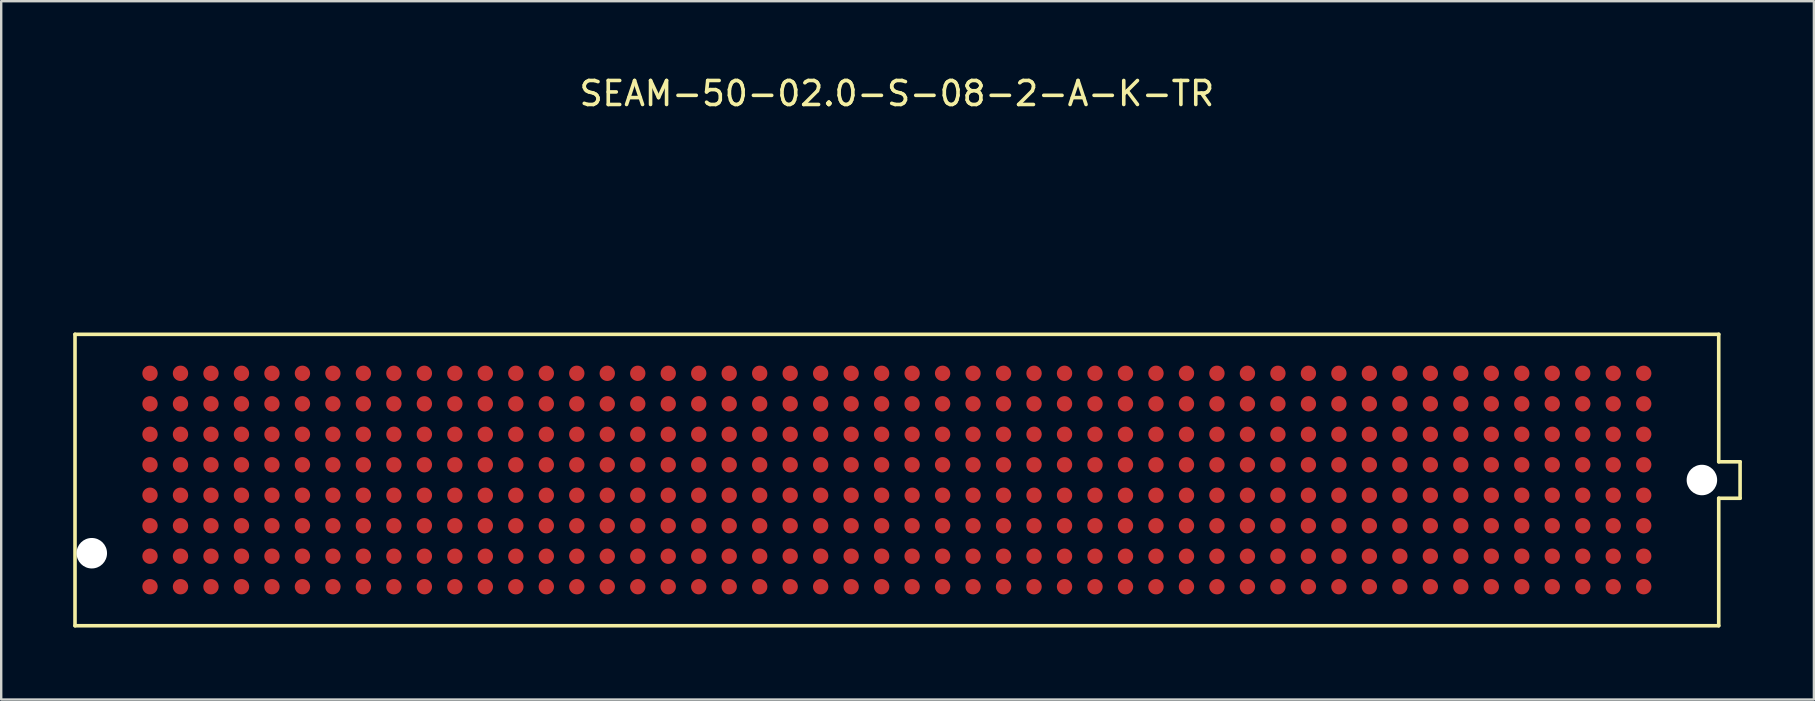
<source format=kicad_pcb>
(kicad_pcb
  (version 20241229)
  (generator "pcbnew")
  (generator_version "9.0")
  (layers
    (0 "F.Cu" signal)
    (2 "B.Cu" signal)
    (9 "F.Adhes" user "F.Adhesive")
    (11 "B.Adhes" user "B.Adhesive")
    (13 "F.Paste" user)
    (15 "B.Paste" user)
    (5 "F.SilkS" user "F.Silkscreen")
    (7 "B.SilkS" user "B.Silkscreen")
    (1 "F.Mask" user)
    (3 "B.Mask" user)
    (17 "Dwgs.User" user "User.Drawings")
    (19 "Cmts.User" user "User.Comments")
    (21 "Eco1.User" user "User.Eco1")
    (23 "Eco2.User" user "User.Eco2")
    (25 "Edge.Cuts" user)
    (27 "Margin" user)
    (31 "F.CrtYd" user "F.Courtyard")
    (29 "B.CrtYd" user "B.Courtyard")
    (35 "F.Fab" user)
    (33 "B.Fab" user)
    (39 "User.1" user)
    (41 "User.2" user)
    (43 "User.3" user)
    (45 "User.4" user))
  (footprint "SEAM-50-02.0-S-08-2-A-K-TR"
    (layer "F.Cu")
    (at 34.315 16.948)
    (property "Reference" "SEAM-50-02.0-S-08-2-A-K-TR" (at 0 -16.1 0) (layer "F.SilkS") (effects (font (size 1 1) (thickness 0.15))))
    (attr through_hole)
    (fp_line (start -34.24 -6.07) (end -34.24 6.07) (stroke (width 0.15) (type solid)) (layer "F.SilkS"))
    (fp_line (start -34.24 6.07) (end 34.24 6.07) (stroke (width 0.15) (type solid)) (layer "F.SilkS"))
    (fp_line (start 34.24 -6.07) (end -34.24 -6.07) (stroke (width 0.15) (type solid)) (layer "F.SilkS"))
    (fp_line (start 34.24 -0.76) (end 34.24 -6.07) (stroke (width 0.15) (type solid)) (layer "F.SilkS"))
    (fp_line (start 34.24 0.76) (end 35.13 0.76) (stroke (width 0.15) (type solid)) (layer "F.SilkS"))
    (fp_line (start 34.24 6.07) (end 34.24 0.76) (stroke (width 0.15) (type solid)) (layer "F.SilkS"))
    (fp_line (start 35.13 -0.76) (end 34.24 -0.76) (stroke (width 0.15) (type solid)) (layer "F.SilkS"))
    (fp_line (start 35.13 0.76) (end 35.13 -0.76) (stroke (width 0.15) (type solid)) (layer "F.SilkS"))
    (pad "" np_thru_hole circle (at -33.541 3.05) (size 1.27 1.27) (drill 1.27) (layers "*.Cu" "*.Mask"))
    (pad "" np_thru_hole circle (at 33.539 0) (size 1.27 1.27) (drill 1.27) (layers "*.Cu" "*.Mask"))
    (pad "A1" smd circle (at 31.115 -4.445) (size 0.64 0.64) (layers "F.Cu" "F.Mask" "F.Paste"))
    (pad "A2" smd circle (at 29.845 -4.445) (size 0.64 0.64) (layers "F.Cu" "F.Mask" "F.Paste"))
    (pad "A3" smd circle (at 28.575 -4.445) (size 0.64 0.64) (layers "F.Cu" "F.Mask" "F.Paste"))
    (pad "A4" smd circle (at 27.305 -4.445) (size 0.64 0.64) (layers "F.Cu" "F.Mask" "F.Paste"))
    (pad "A5" smd circle (at 26.035 -4.445) (size 0.64 0.64) (layers "F.Cu" "F.Mask" "F.Paste"))
    (pad "A6" smd circle (at 24.765 -4.445) (size 0.64 0.64) (layers "F.Cu" "F.Mask" "F.Paste"))
    (pad "A7" smd circle (at 23.495 -4.445) (size 0.64 0.64) (layers "F.Cu" "F.Mask" "F.Paste"))
    (pad "A8" smd circle (at 22.225 -4.445) (size 0.64 0.64) (layers "F.Cu" "F.Mask" "F.Paste"))
    (pad "A9" smd circle (at 20.955 -4.445) (size 0.64 0.64) (layers "F.Cu" "F.Mask" "F.Paste"))
    (pad "A10" smd circle (at 19.685 -4.445) (size 0.64 0.64) (layers "F.Cu" "F.Mask" "F.Paste"))
    (pad "A11" smd circle (at 18.415 -4.445) (size 0.64 0.64) (layers "F.Cu" "F.Mask" "F.Paste"))
    (pad "A12" smd circle (at 17.145 -4.445) (size 0.64 0.64) (layers "F.Cu" "F.Mask" "F.Paste"))
    (pad "A13" smd circle (at 15.875 -4.445) (size 0.64 0.64) (layers "F.Cu" "F.Mask" "F.Paste"))
    (pad "A14" smd circle (at 14.605 -4.445) (size 0.64 0.64) (layers "F.Cu" "F.Mask" "F.Paste"))
    (pad "A15" smd circle (at 13.335 -4.445) (size 0.64 0.64) (layers "F.Cu" "F.Mask" "F.Paste"))
    (pad "A16" smd circle (at 12.065 -4.445) (size 0.64 0.64) (layers "F.Cu" "F.Mask" "F.Paste"))
    (pad "A17" smd circle (at 10.795 -4.445) (size 0.64 0.64) (layers "F.Cu" "F.Mask" "F.Paste"))
    (pad "A18" smd circle (at 9.525 -4.445) (size 0.64 0.64) (layers "F.Cu" "F.Mask" "F.Paste"))
    (pad "A19" smd circle (at 8.255 -4.445) (size 0.64 0.64) (layers "F.Cu" "F.Mask" "F.Paste"))
    (pad "A20" smd circle (at 6.985 -4.445) (size 0.64 0.64) (layers "F.Cu" "F.Mask" "F.Paste"))
    (pad "A21" smd circle (at 5.715 -4.445) (size 0.64 0.64) (layers "F.Cu" "F.Mask" "F.Paste"))
    (pad "A22" smd circle (at 4.445 -4.445) (size 0.64 0.64) (layers "F.Cu" "F.Mask" "F.Paste"))
    (pad "A23" smd circle (at 3.175 -4.445) (size 0.64 0.64) (layers "F.Cu" "F.Mask" "F.Paste"))
    (pad "A24" smd circle (at 1.905 -4.445) (size 0.64 0.64) (layers "F.Cu" "F.Mask" "F.Paste"))
    (pad "A25" smd circle (at 0.635 -4.445) (size 0.64 0.64) (layers "F.Cu" "F.Mask" "F.Paste"))
    (pad "A26" smd circle (at -0.635 -4.445) (size 0.64 0.64) (layers "F.Cu" "F.Mask" "F.Paste"))
    (pad "A27" smd circle (at -1.905 -4.445) (size 0.64 0.64) (layers "F.Cu" "F.Mask" "F.Paste"))
    (pad "A28" smd circle (at -3.175 -4.445) (size 0.64 0.64) (layers "F.Cu" "F.Mask" "F.Paste"))
    (pad "A29" smd circle (at -4.445 -4.445) (size 0.64 0.64) (layers "F.Cu" "F.Mask" "F.Paste"))
    (pad "A30" smd circle (at -5.715 -4.445) (size 0.64 0.64) (layers "F.Cu" "F.Mask" "F.Paste"))
    (pad "A31" smd circle (at -6.985 -4.445) (size 0.64 0.64) (layers "F.Cu" "F.Mask" "F.Paste"))
    (pad "A32" smd circle (at -8.255 -4.445) (size 0.64 0.64) (layers "F.Cu" "F.Mask" "F.Paste"))
    (pad "A33" smd circle (at -9.525 -4.445) (size 0.64 0.64) (layers "F.Cu" "F.Mask" "F.Paste"))
    (pad "A34" smd circle (at -10.795 -4.445) (size 0.64 0.64) (layers "F.Cu" "F.Mask" "F.Paste"))
    (pad "A35" smd circle (at -12.065 -4.445) (size 0.64 0.64) (layers "F.Cu" "F.Mask" "F.Paste"))
    (pad "A36" smd circle (at -13.335 -4.445) (size 0.64 0.64) (layers "F.Cu" "F.Mask" "F.Paste"))
    (pad "A37" smd circle (at -14.605 -4.445) (size 0.64 0.64) (layers "F.Cu" "F.Mask" "F.Paste"))
    (pad "A38" smd circle (at -15.875 -4.445) (size 0.64 0.64) (layers "F.Cu" "F.Mask" "F.Paste"))
    (pad "A39" smd circle (at -17.145 -4.445) (size 0.64 0.64) (layers "F.Cu" "F.Mask" "F.Paste"))
    (pad "A40" smd circle (at -18.415 -4.445) (size 0.64 0.64) (layers "F.Cu" "F.Mask" "F.Paste"))
    (pad "A41" smd circle (at -19.685 -4.445) (size 0.64 0.64) (layers "F.Cu" "F.Mask" "F.Paste"))
    (pad "A42" smd circle (at -20.955 -4.445) (size 0.64 0.64) (layers "F.Cu" "F.Mask" "F.Paste"))
    (pad "A43" smd circle (at -22.225 -4.445) (size 0.64 0.64) (layers "F.Cu" "F.Mask" "F.Paste"))
    (pad "A44" smd circle (at -23.495 -4.445) (size 0.64 0.64) (layers "F.Cu" "F.Mask" "F.Paste"))
    (pad "A45" smd circle (at -24.765 -4.445) (size 0.64 0.64) (layers "F.Cu" "F.Mask" "F.Paste"))
    (pad "A46" smd circle (at -26.035 -4.445) (size 0.64 0.64) (layers "F.Cu" "F.Mask" "F.Paste"))
    (pad "A47" smd circle (at -27.305 -4.445) (size 0.64 0.64) (layers "F.Cu" "F.Mask" "F.Paste"))
    (pad "A48" smd circle (at -28.575 -4.445) (size 0.64 0.64) (layers "F.Cu" "F.Mask" "F.Paste"))
    (pad "A49" smd circle (at -29.845 -4.445) (size 0.64 0.64) (layers "F.Cu" "F.Mask" "F.Paste"))
    (pad "A50" smd circle (at -31.115 -4.445) (size 0.64 0.64) (layers "F.Cu" "F.Mask" "F.Paste"))
    (pad "B1" smd circle (at 31.115 -3.175) (size 0.64 0.64) (layers "F.Cu" "F.Mask" "F.Paste"))
    (pad "B2" smd circle (at 29.845 -3.175) (size 0.64 0.64) (layers "F.Cu" "F.Mask" "F.Paste"))
    (pad "B3" smd circle (at 28.575 -3.175) (size 0.64 0.64) (layers "F.Cu" "F.Mask" "F.Paste"))
    (pad "B4" smd circle (at 27.305 -3.175) (size 0.64 0.64) (layers "F.Cu" "F.Mask" "F.Paste"))
    (pad "B5" smd circle (at 26.035 -3.175) (size 0.64 0.64) (layers "F.Cu" "F.Mask" "F.Paste"))
    (pad "B6" smd circle (at 24.765 -3.175) (size 0.64 0.64) (layers "F.Cu" "F.Mask" "F.Paste"))
    (pad "B7" smd circle (at 23.495 -3.175) (size 0.64 0.64) (layers "F.Cu" "F.Mask" "F.Paste"))
    (pad "B8" smd circle (at 22.225 -3.175) (size 0.64 0.64) (layers "F.Cu" "F.Mask" "F.Paste"))
    (pad "B9" smd circle (at 20.955 -3.175) (size 0.64 0.64) (layers "F.Cu" "F.Mask" "F.Paste"))
    (pad "B10" smd circle (at 19.685 -3.175) (size 0.64 0.64) (layers "F.Cu" "F.Mask" "F.Paste"))
    (pad "B11" smd circle (at 18.415 -3.175) (size 0.64 0.64) (layers "F.Cu" "F.Mask" "F.Paste"))
    (pad "B12" smd circle (at 17.145 -3.175) (size 0.64 0.64) (layers "F.Cu" "F.Mask" "F.Paste"))
    (pad "B13" smd circle (at 15.875 -3.175) (size 0.64 0.64) (layers "F.Cu" "F.Mask" "F.Paste"))
    (pad "B14" smd circle (at 14.605 -3.175) (size 0.64 0.64) (layers "F.Cu" "F.Mask" "F.Paste"))
    (pad "B15" smd circle (at 13.335 -3.175) (size 0.64 0.64) (layers "F.Cu" "F.Mask" "F.Paste"))
    (pad "B16" smd circle (at 12.065 -3.175) (size 0.64 0.64) (layers "F.Cu" "F.Mask" "F.Paste"))
    (pad "B17" smd circle (at 10.795 -3.175) (size 0.64 0.64) (layers "F.Cu" "F.Mask" "F.Paste"))
    (pad "B18" smd circle (at 9.525 -3.175) (size 0.64 0.64) (layers "F.Cu" "F.Mask" "F.Paste"))
    (pad "B19" smd circle (at 8.255 -3.175) (size 0.64 0.64) (layers "F.Cu" "F.Mask" "F.Paste"))
    (pad "B20" smd circle (at 6.985 -3.175) (size 0.64 0.64) (layers "F.Cu" "F.Mask" "F.Paste"))
    (pad "B21" smd circle (at 5.715 -3.175) (size 0.64 0.64) (layers "F.Cu" "F.Mask" "F.Paste"))
    (pad "B22" smd circle (at 4.445 -3.175) (size 0.64 0.64) (layers "F.Cu" "F.Mask" "F.Paste"))
    (pad "B23" smd circle (at 3.175 -3.175) (size 0.64 0.64) (layers "F.Cu" "F.Mask" "F.Paste"))
    (pad "B24" smd circle (at 1.905 -3.175) (size 0.64 0.64) (layers "F.Cu" "F.Mask" "F.Paste"))
    (pad "B25" smd circle (at 0.635 -3.175) (size 0.64 0.64) (layers "F.Cu" "F.Mask" "F.Paste"))
    (pad "B26" smd circle (at -0.635 -3.175) (size 0.64 0.64) (layers "F.Cu" "F.Mask" "F.Paste"))
    (pad "B27" smd circle (at -1.905 -3.175) (size 0.64 0.64) (layers "F.Cu" "F.Mask" "F.Paste"))
    (pad "B28" smd circle (at -3.175 -3.175) (size 0.64 0.64) (layers "F.Cu" "F.Mask" "F.Paste"))
    (pad "B29" smd circle (at -4.445 -3.175) (size 0.64 0.64) (layers "F.Cu" "F.Mask" "F.Paste"))
    (pad "B30" smd circle (at -5.715 -3.175) (size 0.64 0.64) (layers "F.Cu" "F.Mask" "F.Paste"))
    (pad "B31" smd circle (at -6.985 -3.175) (size 0.64 0.64) (layers "F.Cu" "F.Mask" "F.Paste"))
    (pad "B32" smd circle (at -8.255 -3.175) (size 0.64 0.64) (layers "F.Cu" "F.Mask" "F.Paste"))
    (pad "B33" smd circle (at -9.525 -3.175) (size 0.64 0.64) (layers "F.Cu" "F.Mask" "F.Paste"))
    (pad "B34" smd circle (at -10.795 -3.175) (size 0.64 0.64) (layers "F.Cu" "F.Mask" "F.Paste"))
    (pad "B35" smd circle (at -12.065 -3.175) (size 0.64 0.64) (layers "F.Cu" "F.Mask" "F.Paste"))
    (pad "B36" smd circle (at -13.335 -3.175) (size 0.64 0.64) (layers "F.Cu" "F.Mask" "F.Paste"))
    (pad "B37" smd circle (at -14.605 -3.175) (size 0.64 0.64) (layers "F.Cu" "F.Mask" "F.Paste"))
    (pad "B38" smd circle (at -15.875 -3.175) (size 0.64 0.64) (layers "F.Cu" "F.Mask" "F.Paste"))
    (pad "B39" smd circle (at -17.145 -3.175) (size 0.64 0.64) (layers "F.Cu" "F.Mask" "F.Paste"))
    (pad "B40" smd circle (at -18.415 -3.175) (size 0.64 0.64) (layers "F.Cu" "F.Mask" "F.Paste"))
    (pad "B41" smd circle (at -19.685 -3.175) (size 0.64 0.64) (layers "F.Cu" "F.Mask" "F.Paste"))
    (pad "B42" smd circle (at -20.955 -3.175) (size 0.64 0.64) (layers "F.Cu" "F.Mask" "F.Paste"))
    (pad "B43" smd circle (at -22.225 -3.175) (size 0.64 0.64) (layers "F.Cu" "F.Mask" "F.Paste"))
    (pad "B44" smd circle (at -23.495 -3.175) (size 0.64 0.64) (layers "F.Cu" "F.Mask" "F.Paste"))
    (pad "B45" smd circle (at -24.765 -3.175) (size 0.64 0.64) (layers "F.Cu" "F.Mask" "F.Paste"))
    (pad "B46" smd circle (at -26.035 -3.175) (size 0.64 0.64) (layers "F.Cu" "F.Mask" "F.Paste"))
    (pad "B47" smd circle (at -27.305 -3.175) (size 0.64 0.64) (layers "F.Cu" "F.Mask" "F.Paste"))
    (pad "B48" smd circle (at -28.575 -3.175) (size 0.64 0.64) (layers "F.Cu" "F.Mask" "F.Paste"))
    (pad "B49" smd circle (at -29.845 -3.175) (size 0.64 0.64) (layers "F.Cu" "F.Mask" "F.Paste"))
    (pad "B50" smd circle (at -31.115 -3.175) (size 0.64 0.64) (layers "F.Cu" "F.Mask" "F.Paste"))
    (pad "C1" smd circle (at 31.115 -1.905) (size 0.64 0.64) (layers "F.Cu" "F.Mask" "F.Paste"))
    (pad "C2" smd circle (at 29.845 -1.905) (size 0.64 0.64) (layers "F.Cu" "F.Mask" "F.Paste"))
    (pad "C3" smd circle (at 28.575 -1.905) (size 0.64 0.64) (layers "F.Cu" "F.Mask" "F.Paste"))
    (pad "C4" smd circle (at 27.305 -1.905) (size 0.64 0.64) (layers "F.Cu" "F.Mask" "F.Paste"))
    (pad "C5" smd circle (at 26.035 -1.905) (size 0.64 0.64) (layers "F.Cu" "F.Mask" "F.Paste"))
    (pad "C6" smd circle (at 24.765 -1.905) (size 0.64 0.64) (layers "F.Cu" "F.Mask" "F.Paste"))
    (pad "C7" smd circle (at 23.495 -1.905) (size 0.64 0.64) (layers "F.Cu" "F.Mask" "F.Paste"))
    (pad "C8" smd circle (at 22.225 -1.905) (size 0.64 0.64) (layers "F.Cu" "F.Mask" "F.Paste"))
    (pad "C9" smd circle (at 20.955 -1.905) (size 0.64 0.64) (layers "F.Cu" "F.Mask" "F.Paste"))
    (pad "C10" smd circle (at 19.685 -1.905) (size 0.64 0.64) (layers "F.Cu" "F.Mask" "F.Paste"))
    (pad "C11" smd circle (at 18.415 -1.905) (size 0.64 0.64) (layers "F.Cu" "F.Mask" "F.Paste"))
    (pad "C12" smd circle (at 17.145 -1.905) (size 0.64 0.64) (layers "F.Cu" "F.Mask" "F.Paste"))
    (pad "C13" smd circle (at 15.875 -1.905) (size 0.64 0.64) (layers "F.Cu" "F.Mask" "F.Paste"))
    (pad "C14" smd circle (at 14.605 -1.905) (size 0.64 0.64) (layers "F.Cu" "F.Mask" "F.Paste"))
    (pad "C15" smd circle (at 13.335 -1.905) (size 0.64 0.64) (layers "F.Cu" "F.Mask" "F.Paste"))
    (pad "C16" smd circle (at 12.065 -1.905) (size 0.64 0.64) (layers "F.Cu" "F.Mask" "F.Paste"))
    (pad "C17" smd circle (at 10.795 -1.905) (size 0.64 0.64) (layers "F.Cu" "F.Mask" "F.Paste"))
    (pad "C18" smd circle (at 9.525 -1.905) (size 0.64 0.64) (layers "F.Cu" "F.Mask" "F.Paste"))
    (pad "C19" smd circle (at 8.255 -1.905) (size 0.64 0.64) (layers "F.Cu" "F.Mask" "F.Paste"))
    (pad "C20" smd circle (at 6.985 -1.905) (size 0.64 0.64) (layers "F.Cu" "F.Mask" "F.Paste"))
    (pad "C21" smd circle (at 5.715 -1.905) (size 0.64 0.64) (layers "F.Cu" "F.Mask" "F.Paste"))
    (pad "C22" smd circle (at 4.445 -1.905) (size 0.64 0.64) (layers "F.Cu" "F.Mask" "F.Paste"))
    (pad "C23" smd circle (at 3.175 -1.905) (size 0.64 0.64) (layers "F.Cu" "F.Mask" "F.Paste"))
    (pad "C24" smd circle (at 1.905 -1.905) (size 0.64 0.64) (layers "F.Cu" "F.Mask" "F.Paste"))
    (pad "C25" smd circle (at 0.635 -1.905) (size 0.64 0.64) (layers "F.Cu" "F.Mask" "F.Paste"))
    (pad "C26" smd circle (at -0.635 -1.905) (size 0.64 0.64) (layers "F.Cu" "F.Mask" "F.Paste"))
    (pad "C27" smd circle (at -1.905 -1.905) (size 0.64 0.64) (layers "F.Cu" "F.Mask" "F.Paste"))
    (pad "C28" smd circle (at -3.175 -1.905) (size 0.64 0.64) (layers "F.Cu" "F.Mask" "F.Paste"))
    (pad "C29" smd circle (at -4.445 -1.905) (size 0.64 0.64) (layers "F.Cu" "F.Mask" "F.Paste"))
    (pad "C30" smd circle (at -5.715 -1.905) (size 0.64 0.64) (layers "F.Cu" "F.Mask" "F.Paste"))
    (pad "C31" smd circle (at -6.985 -1.905) (size 0.64 0.64) (layers "F.Cu" "F.Mask" "F.Paste"))
    (pad "C32" smd circle (at -8.255 -1.905) (size 0.64 0.64) (layers "F.Cu" "F.Mask" "F.Paste"))
    (pad "C33" smd circle (at -9.525 -1.905) (size 0.64 0.64) (layers "F.Cu" "F.Mask" "F.Paste"))
    (pad "C34" smd circle (at -10.795 -1.905) (size 0.64 0.64) (layers "F.Cu" "F.Mask" "F.Paste"))
    (pad "C35" smd circle (at -12.065 -1.905) (size 0.64 0.64) (layers "F.Cu" "F.Mask" "F.Paste"))
    (pad "C36" smd circle (at -13.335 -1.905) (size 0.64 0.64) (layers "F.Cu" "F.Mask" "F.Paste"))
    (pad "C37" smd circle (at -14.605 -1.905) (size 0.64 0.64) (layers "F.Cu" "F.Mask" "F.Paste"))
    (pad "C38" smd circle (at -15.875 -1.905) (size 0.64 0.64) (layers "F.Cu" "F.Mask" "F.Paste"))
    (pad "C39" smd circle (at -17.145 -1.905) (size 0.64 0.64) (layers "F.Cu" "F.Mask" "F.Paste"))
    (pad "C40" smd circle (at -18.415 -1.905) (size 0.64 0.64) (layers "F.Cu" "F.Mask" "F.Paste"))
    (pad "C41" smd circle (at -19.685 -1.905) (size 0.64 0.64) (layers "F.Cu" "F.Mask" "F.Paste"))
    (pad "C42" smd circle (at -20.955 -1.905) (size 0.64 0.64) (layers "F.Cu" "F.Mask" "F.Paste"))
    (pad "C43" smd circle (at -22.225 -1.905) (size 0.64 0.64) (layers "F.Cu" "F.Mask" "F.Paste"))
    (pad "C44" smd circle (at -23.495 -1.905) (size 0.64 0.64) (layers "F.Cu" "F.Mask" "F.Paste"))
    (pad "C45" smd circle (at -24.765 -1.905) (size 0.64 0.64) (layers "F.Cu" "F.Mask" "F.Paste"))
    (pad "C46" smd circle (at -26.035 -1.905) (size 0.64 0.64) (layers "F.Cu" "F.Mask" "F.Paste"))
    (pad "C47" smd circle (at -27.305 -1.905) (size 0.64 0.64) (layers "F.Cu" "F.Mask" "F.Paste"))
    (pad "C48" smd circle (at -28.575 -1.905) (size 0.64 0.64) (layers "F.Cu" "F.Mask" "F.Paste"))
    (pad "C49" smd circle (at -29.845 -1.905) (size 0.64 0.64) (layers "F.Cu" "F.Mask" "F.Paste"))
    (pad "C50" smd circle (at -31.115 -1.905) (size 0.64 0.64) (layers "F.Cu" "F.Mask" "F.Paste"))
    (pad "D1" smd circle (at 31.115 -0.635) (size 0.64 0.64) (layers "F.Cu" "F.Mask" "F.Paste"))
    (pad "D2" smd circle (at 29.845 -0.635) (size 0.64 0.64) (layers "F.Cu" "F.Mask" "F.Paste"))
    (pad "D3" smd circle (at 28.575 -0.635) (size 0.64 0.64) (layers "F.Cu" "F.Mask" "F.Paste"))
    (pad "D4" smd circle (at 27.305 -0.635) (size 0.64 0.64) (layers "F.Cu" "F.Mask" "F.Paste"))
    (pad "D5" smd circle (at 26.035 -0.635) (size 0.64 0.64) (layers "F.Cu" "F.Mask" "F.Paste"))
    (pad "D6" smd circle (at 24.765 -0.635) (size 0.64 0.64) (layers "F.Cu" "F.Mask" "F.Paste"))
    (pad "D7" smd circle (at 23.495 -0.635) (size 0.64 0.64) (layers "F.Cu" "F.Mask" "F.Paste"))
    (pad "D8" smd circle (at 22.225 -0.635) (size 0.64 0.64) (layers "F.Cu" "F.Mask" "F.Paste"))
    (pad "D9" smd circle (at 20.955 -0.635) (size 0.64 0.64) (layers "F.Cu" "F.Mask" "F.Paste"))
    (pad "D10" smd circle (at 19.685 -0.635) (size 0.64 0.64) (layers "F.Cu" "F.Mask" "F.Paste"))
    (pad "D11" smd circle (at 18.415 -0.635) (size 0.64 0.64) (layers "F.Cu" "F.Mask" "F.Paste"))
    (pad "D12" smd circle (at 17.145 -0.635) (size 0.64 0.64) (layers "F.Cu" "F.Mask" "F.Paste"))
    (pad "D13" smd circle (at 15.875 -0.635) (size 0.64 0.64) (layers "F.Cu" "F.Mask" "F.Paste"))
    (pad "D14" smd circle (at 14.605 -0.635) (size 0.64 0.64) (layers "F.Cu" "F.Mask" "F.Paste"))
    (pad "D15" smd circle (at 13.335 -0.635) (size 0.64 0.64) (layers "F.Cu" "F.Mask" "F.Paste"))
    (pad "D16" smd circle (at 12.065 -0.635) (size 0.64 0.64) (layers "F.Cu" "F.Mask" "F.Paste"))
    (pad "D17" smd circle (at 10.795 -0.635) (size 0.64 0.64) (layers "F.Cu" "F.Mask" "F.Paste"))
    (pad "D18" smd circle (at 9.525 -0.635) (size 0.64 0.64) (layers "F.Cu" "F.Mask" "F.Paste"))
    (pad "D19" smd circle (at 8.255 -0.635) (size 0.64 0.64) (layers "F.Cu" "F.Mask" "F.Paste"))
    (pad "D20" smd circle (at 6.985 -0.635) (size 0.64 0.64) (layers "F.Cu" "F.Mask" "F.Paste"))
    (pad "D21" smd circle (at 5.715 -0.635) (size 0.64 0.64) (layers "F.Cu" "F.Mask" "F.Paste"))
    (pad "D22" smd circle (at 4.445 -0.635) (size 0.64 0.64) (layers "F.Cu" "F.Mask" "F.Paste"))
    (pad "D23" smd circle (at 3.175 -0.635) (size 0.64 0.64) (layers "F.Cu" "F.Mask" "F.Paste"))
    (pad "D24" smd circle (at 1.905 -0.635) (size 0.64 0.64) (layers "F.Cu" "F.Mask" "F.Paste"))
    (pad "D25" smd circle (at 0.635 -0.635) (size 0.64 0.64) (layers "F.Cu" "F.Mask" "F.Paste"))
    (pad "D26" smd circle (at -0.635 -0.635) (size 0.64 0.64) (layers "F.Cu" "F.Mask" "F.Paste"))
    (pad "D27" smd circle (at -1.905 -0.635) (size 0.64 0.64) (layers "F.Cu" "F.Mask" "F.Paste"))
    (pad "D28" smd circle (at -3.175 -0.635) (size 0.64 0.64) (layers "F.Cu" "F.Mask" "F.Paste"))
    (pad "D29" smd circle (at -4.445 -0.635) (size 0.64 0.64) (layers "F.Cu" "F.Mask" "F.Paste"))
    (pad "D30" smd circle (at -5.715 -0.635) (size 0.64 0.64) (layers "F.Cu" "F.Mask" "F.Paste"))
    (pad "D31" smd circle (at -6.985 -0.635) (size 0.64 0.64) (layers "F.Cu" "F.Mask" "F.Paste"))
    (pad "D32" smd circle (at -8.255 -0.635) (size 0.64 0.64) (layers "F.Cu" "F.Mask" "F.Paste"))
    (pad "D33" smd circle (at -9.525 -0.635) (size 0.64 0.64) (layers "F.Cu" "F.Mask" "F.Paste"))
    (pad "D34" smd circle (at -10.795 -0.635) (size 0.64 0.64) (layers "F.Cu" "F.Mask" "F.Paste"))
    (pad "D35" smd circle (at -12.065 -0.635) (size 0.64 0.64) (layers "F.Cu" "F.Mask" "F.Paste"))
    (pad "D36" smd circle (at -13.335 -0.635) (size 0.64 0.64) (layers "F.Cu" "F.Mask" "F.Paste"))
    (pad "D37" smd circle (at -14.605 -0.635) (size 0.64 0.64) (layers "F.Cu" "F.Mask" "F.Paste"))
    (pad "D38" smd circle (at -15.875 -0.635) (size 0.64 0.64) (layers "F.Cu" "F.Mask" "F.Paste"))
    (pad "D39" smd circle (at -17.145 -0.635) (size 0.64 0.64) (layers "F.Cu" "F.Mask" "F.Paste"))
    (pad "D40" smd circle (at -18.415 -0.635) (size 0.64 0.64) (layers "F.Cu" "F.Mask" "F.Paste"))
    (pad "D41" smd circle (at -19.685 -0.635) (size 0.64 0.64) (layers "F.Cu" "F.Mask" "F.Paste"))
    (pad "D42" smd circle (at -20.955 -0.635) (size 0.64 0.64) (layers "F.Cu" "F.Mask" "F.Paste"))
    (pad "D43" smd circle (at -22.225 -0.635) (size 0.64 0.64) (layers "F.Cu" "F.Mask" "F.Paste"))
    (pad "D44" smd circle (at -23.495 -0.635) (size 0.64 0.64) (layers "F.Cu" "F.Mask" "F.Paste"))
    (pad "D45" smd circle (at -24.765 -0.635) (size 0.64 0.64) (layers "F.Cu" "F.Mask" "F.Paste"))
    (pad "D46" smd circle (at -26.035 -0.635) (size 0.64 0.64) (layers "F.Cu" "F.Mask" "F.Paste"))
    (pad "D47" smd circle (at -27.305 -0.635) (size 0.64 0.64) (layers "F.Cu" "F.Mask" "F.Paste"))
    (pad "D48" smd circle (at -28.575 -0.635) (size 0.64 0.64) (layers "F.Cu" "F.Mask" "F.Paste"))
    (pad "D49" smd circle (at -29.845 -0.635) (size 0.64 0.64) (layers "F.Cu" "F.Mask" "F.Paste"))
    (pad "D50" smd circle (at -31.115 -0.635) (size 0.64 0.64) (layers "F.Cu" "F.Mask" "F.Paste"))
    (pad "E1" smd circle (at 31.115 0.635) (size 0.64 0.64) (layers "F.Cu" "F.Mask" "F.Paste"))
    (pad "E2" smd circle (at 29.845 0.635) (size 0.64 0.64) (layers "F.Cu" "F.Mask" "F.Paste"))
    (pad "E3" smd circle (at 28.575 0.635) (size 0.64 0.64) (layers "F.Cu" "F.Mask" "F.Paste"))
    (pad "E4" smd circle (at 27.305 0.635) (size 0.64 0.64) (layers "F.Cu" "F.Mask" "F.Paste"))
    (pad "E5" smd circle (at 26.035 0.635) (size 0.64 0.64) (layers "F.Cu" "F.Mask" "F.Paste"))
    (pad "E6" smd circle (at 24.765 0.635) (size 0.64 0.64) (layers "F.Cu" "F.Mask" "F.Paste"))
    (pad "E7" smd circle (at 23.495 0.635) (size 0.64 0.64) (layers "F.Cu" "F.Mask" "F.Paste"))
    (pad "E8" smd circle (at 22.225 0.635) (size 0.64 0.64) (layers "F.Cu" "F.Mask" "F.Paste"))
    (pad "E9" smd circle (at 20.955 0.635) (size 0.64 0.64) (layers "F.Cu" "F.Mask" "F.Paste"))
    (pad "E10" smd circle (at 19.685 0.635) (size 0.64 0.64) (layers "F.Cu" "F.Mask" "F.Paste"))
    (pad "E11" smd circle (at 18.415 0.635) (size 0.64 0.64) (layers "F.Cu" "F.Mask" "F.Paste"))
    (pad "E12" smd circle (at 17.145 0.635) (size 0.64 0.64) (layers "F.Cu" "F.Mask" "F.Paste"))
    (pad "E13" smd circle (at 15.875 0.635) (size 0.64 0.64) (layers "F.Cu" "F.Mask" "F.Paste"))
    (pad "E14" smd circle (at 14.605 0.635) (size 0.64 0.64) (layers "F.Cu" "F.Mask" "F.Paste"))
    (pad "E15" smd circle (at 13.335 0.635) (size 0.64 0.64) (layers "F.Cu" "F.Mask" "F.Paste"))
    (pad "E16" smd circle (at 12.065 0.635) (size 0.64 0.64) (layers "F.Cu" "F.Mask" "F.Paste"))
    (pad "E17" smd circle (at 10.795 0.635) (size 0.64 0.64) (layers "F.Cu" "F.Mask" "F.Paste"))
    (pad "E18" smd circle (at 9.525 0.635) (size 0.64 0.64) (layers "F.Cu" "F.Mask" "F.Paste"))
    (pad "E19" smd circle (at 8.255 0.635) (size 0.64 0.64) (layers "F.Cu" "F.Mask" "F.Paste"))
    (pad "E20" smd circle (at 6.985 0.635) (size 0.64 0.64) (layers "F.Cu" "F.Mask" "F.Paste"))
    (pad "E21" smd circle (at 5.715 0.635) (size 0.64 0.64) (layers "F.Cu" "F.Mask" "F.Paste"))
    (pad "E22" smd circle (at 4.445 0.635) (size 0.64 0.64) (layers "F.Cu" "F.Mask" "F.Paste"))
    (pad "E23" smd circle (at 3.175 0.635) (size 0.64 0.64) (layers "F.Cu" "F.Mask" "F.Paste"))
    (pad "E24" smd circle (at 1.905 0.635) (size 0.64 0.64) (layers "F.Cu" "F.Mask" "F.Paste"))
    (pad "E25" smd circle (at 0.635 0.635) (size 0.64 0.64) (layers "F.Cu" "F.Mask" "F.Paste"))
    (pad "E26" smd circle (at -0.635 0.635) (size 0.64 0.64) (layers "F.Cu" "F.Mask" "F.Paste"))
    (pad "E27" smd circle (at -1.905 0.635) (size 0.64 0.64) (layers "F.Cu" "F.Mask" "F.Paste"))
    (pad "E28" smd circle (at -3.175 0.635) (size 0.64 0.64) (layers "F.Cu" "F.Mask" "F.Paste"))
    (pad "E29" smd circle (at -4.445 0.635) (size 0.64 0.64) (layers "F.Cu" "F.Mask" "F.Paste"))
    (pad "E30" smd circle (at -5.715 0.635) (size 0.64 0.64) (layers "F.Cu" "F.Mask" "F.Paste"))
    (pad "E31" smd circle (at -6.985 0.635) (size 0.64 0.64) (layers "F.Cu" "F.Mask" "F.Paste"))
    (pad "E32" smd circle (at -8.255 0.635) (size 0.64 0.64) (layers "F.Cu" "F.Mask" "F.Paste"))
    (pad "E33" smd circle (at -9.525 0.635) (size 0.64 0.64) (layers "F.Cu" "F.Mask" "F.Paste"))
    (pad "E34" smd circle (at -10.795 0.635) (size 0.64 0.64) (layers "F.Cu" "F.Mask" "F.Paste"))
    (pad "E35" smd circle (at -12.065 0.635) (size 0.64 0.64) (layers "F.Cu" "F.Mask" "F.Paste"))
    (pad "E36" smd circle (at -13.335 0.635) (size 0.64 0.64) (layers "F.Cu" "F.Mask" "F.Paste"))
    (pad "E37" smd circle (at -14.605 0.635) (size 0.64 0.64) (layers "F.Cu" "F.Mask" "F.Paste"))
    (pad "E38" smd circle (at -15.875 0.635) (size 0.64 0.64) (layers "F.Cu" "F.Mask" "F.Paste"))
    (pad "E39" smd circle (at -17.145 0.635) (size 0.64 0.64) (layers "F.Cu" "F.Mask" "F.Paste"))
    (pad "E40" smd circle (at -18.415 0.635) (size 0.64 0.64) (layers "F.Cu" "F.Mask" "F.Paste"))
    (pad "E41" smd circle (at -19.685 0.635) (size 0.64 0.64) (layers "F.Cu" "F.Mask" "F.Paste"))
    (pad "E42" smd circle (at -20.955 0.635) (size 0.64 0.64) (layers "F.Cu" "F.Mask" "F.Paste"))
    (pad "E43" smd circle (at -22.225 0.635) (size 0.64 0.64) (layers "F.Cu" "F.Mask" "F.Paste"))
    (pad "E44" smd circle (at -23.495 0.635) (size 0.64 0.64) (layers "F.Cu" "F.Mask" "F.Paste"))
    (pad "E45" smd circle (at -24.765 0.635) (size 0.64 0.64) (layers "F.Cu" "F.Mask" "F.Paste"))
    (pad "E46" smd circle (at -26.035 0.635) (size 0.64 0.64) (layers "F.Cu" "F.Mask" "F.Paste"))
    (pad "E47" smd circle (at -27.305 0.635) (size 0.64 0.64) (layers "F.Cu" "F.Mask" "F.Paste"))
    (pad "E48" smd circle (at -28.575 0.635) (size 0.64 0.64) (layers "F.Cu" "F.Mask" "F.Paste"))
    (pad "E49" smd circle (at -29.845 0.635) (size 0.64 0.64) (layers "F.Cu" "F.Mask" "F.Paste"))
    (pad "E50" smd circle (at -31.115 0.635) (size 0.64 0.64) (layers "F.Cu" "F.Mask" "F.Paste"))
    (pad "F1" smd circle (at 31.115 1.905) (size 0.64 0.64) (layers "F.Cu" "F.Mask" "F.Paste"))
    (pad "F2" smd circle (at 29.845 1.905) (size 0.64 0.64) (layers "F.Cu" "F.Mask" "F.Paste"))
    (pad "F3" smd circle (at 28.575 1.905) (size 0.64 0.64) (layers "F.Cu" "F.Mask" "F.Paste"))
    (pad "F4" smd circle (at 27.305 1.905) (size 0.64 0.64) (layers "F.Cu" "F.Mask" "F.Paste"))
    (pad "F5" smd circle (at 26.035 1.905) (size 0.64 0.64) (layers "F.Cu" "F.Mask" "F.Paste"))
    (pad "F6" smd circle (at 24.765 1.905) (size 0.64 0.64) (layers "F.Cu" "F.Mask" "F.Paste"))
    (pad "F7" smd circle (at 23.495 1.905) (size 0.64 0.64) (layers "F.Cu" "F.Mask" "F.Paste"))
    (pad "F8" smd circle (at 22.225 1.905) (size 0.64 0.64) (layers "F.Cu" "F.Mask" "F.Paste"))
    (pad "F9" smd circle (at 20.955 1.905) (size 0.64 0.64) (layers "F.Cu" "F.Mask" "F.Paste"))
    (pad "F10" smd circle (at 19.685 1.905) (size 0.64 0.64) (layers "F.Cu" "F.Mask" "F.Paste"))
    (pad "F11" smd circle (at 18.415 1.905) (size 0.64 0.64) (layers "F.Cu" "F.Mask" "F.Paste"))
    (pad "F12" smd circle (at 17.145 1.905) (size 0.64 0.64) (layers "F.Cu" "F.Mask" "F.Paste"))
    (pad "F13" smd circle (at 15.875 1.905) (size 0.64 0.64) (layers "F.Cu" "F.Mask" "F.Paste"))
    (pad "F14" smd circle (at 14.605 1.905) (size 0.64 0.64) (layers "F.Cu" "F.Mask" "F.Paste"))
    (pad "F15" smd circle (at 13.335 1.905) (size 0.64 0.64) (layers "F.Cu" "F.Mask" "F.Paste"))
    (pad "F16" smd circle (at 12.065 1.905) (size 0.64 0.64) (layers "F.Cu" "F.Mask" "F.Paste"))
    (pad "F17" smd circle (at 10.795 1.905) (size 0.64 0.64) (layers "F.Cu" "F.Mask" "F.Paste"))
    (pad "F18" smd circle (at 9.525 1.905) (size 0.64 0.64) (layers "F.Cu" "F.Mask" "F.Paste"))
    (pad "F19" smd circle (at 8.255 1.905) (size 0.64 0.64) (layers "F.Cu" "F.Mask" "F.Paste"))
    (pad "F20" smd circle (at 6.985 1.905) (size 0.64 0.64) (layers "F.Cu" "F.Mask" "F.Paste"))
    (pad "F21" smd circle (at 5.715 1.905) (size 0.64 0.64) (layers "F.Cu" "F.Mask" "F.Paste"))
    (pad "F22" smd circle (at 4.445 1.905) (size 0.64 0.64) (layers "F.Cu" "F.Mask" "F.Paste"))
    (pad "F23" smd circle (at 3.175 1.905) (size 0.64 0.64) (layers "F.Cu" "F.Mask" "F.Paste"))
    (pad "F24" smd circle (at 1.905 1.905) (size 0.64 0.64) (layers "F.Cu" "F.Mask" "F.Paste"))
    (pad "F25" smd circle (at 0.635 1.905) (size 0.64 0.64) (layers "F.Cu" "F.Mask" "F.Paste"))
    (pad "F26" smd circle (at -0.635 1.905) (size 0.64 0.64) (layers "F.Cu" "F.Mask" "F.Paste"))
    (pad "F27" smd circle (at -1.905 1.905) (size 0.64 0.64) (layers "F.Cu" "F.Mask" "F.Paste"))
    (pad "F28" smd circle (at -3.175 1.905) (size 0.64 0.64) (layers "F.Cu" "F.Mask" "F.Paste"))
    (pad "F29" smd circle (at -4.445 1.905) (size 0.64 0.64) (layers "F.Cu" "F.Mask" "F.Paste"))
    (pad "F30" smd circle (at -5.715 1.905) (size 0.64 0.64) (layers "F.Cu" "F.Mask" "F.Paste"))
    (pad "F31" smd circle (at -6.985 1.905) (size 0.64 0.64) (layers "F.Cu" "F.Mask" "F.Paste"))
    (pad "F32" smd circle (at -8.255 1.905) (size 0.64 0.64) (layers "F.Cu" "F.Mask" "F.Paste"))
    (pad "F33" smd circle (at -9.525 1.905) (size 0.64 0.64) (layers "F.Cu" "F.Mask" "F.Paste"))
    (pad "F34" smd circle (at -10.795 1.905) (size 0.64 0.64) (layers "F.Cu" "F.Mask" "F.Paste"))
    (pad "F35" smd circle (at -12.065 1.905) (size 0.64 0.64) (layers "F.Cu" "F.Mask" "F.Paste"))
    (pad "F36" smd circle (at -13.335 1.905) (size 0.64 0.64) (layers "F.Cu" "F.Mask" "F.Paste"))
    (pad "F37" smd circle (at -14.605 1.905) (size 0.64 0.64) (layers "F.Cu" "F.Mask" "F.Paste"))
    (pad "F38" smd circle (at -15.875 1.905) (size 0.64 0.64) (layers "F.Cu" "F.Mask" "F.Paste"))
    (pad "F39" smd circle (at -17.145 1.905) (size 0.64 0.64) (layers "F.Cu" "F.Mask" "F.Paste"))
    (pad "F40" smd circle (at -18.415 1.905) (size 0.64 0.64) (layers "F.Cu" "F.Mask" "F.Paste"))
    (pad "F41" smd circle (at -19.685 1.905) (size 0.64 0.64) (layers "F.Cu" "F.Mask" "F.Paste"))
    (pad "F42" smd circle (at -20.955 1.905) (size 0.64 0.64) (layers "F.Cu" "F.Mask" "F.Paste"))
    (pad "F43" smd circle (at -22.225 1.905) (size 0.64 0.64) (layers "F.Cu" "F.Mask" "F.Paste"))
    (pad "F44" smd circle (at -23.495 1.905) (size 0.64 0.64) (layers "F.Cu" "F.Mask" "F.Paste"))
    (pad "F45" smd circle (at -24.765 1.905) (size 0.64 0.64) (layers "F.Cu" "F.Mask" "F.Paste"))
    (pad "F46" smd circle (at -26.035 1.905) (size 0.64 0.64) (layers "F.Cu" "F.Mask" "F.Paste"))
    (pad "F47" smd circle (at -27.305 1.905) (size 0.64 0.64) (layers "F.Cu" "F.Mask" "F.Paste"))
    (pad "F48" smd circle (at -28.575 1.905) (size 0.64 0.64) (layers "F.Cu" "F.Mask" "F.Paste"))
    (pad "F49" smd circle (at -29.845 1.905) (size 0.64 0.64) (layers "F.Cu" "F.Mask" "F.Paste"))
    (pad "F50" smd circle (at -31.115 1.905) (size 0.64 0.64) (layers "F.Cu" "F.Mask" "F.Paste"))
    (pad "G1" smd circle (at 31.115 3.175) (size 0.64 0.64) (layers "F.Cu" "F.Mask" "F.Paste"))
    (pad "G2" smd circle (at 29.845 3.175) (size 0.64 0.64) (layers "F.Cu" "F.Mask" "F.Paste"))
    (pad "G3" smd circle (at 28.575 3.175) (size 0.64 0.64) (layers "F.Cu" "F.Mask" "F.Paste"))
    (pad "G4" smd circle (at 27.305 3.175) (size 0.64 0.64) (layers "F.Cu" "F.Mask" "F.Paste"))
    (pad "G5" smd circle (at 26.035 3.175) (size 0.64 0.64) (layers "F.Cu" "F.Mask" "F.Paste"))
    (pad "G6" smd circle (at 24.765 3.175) (size 0.64 0.64) (layers "F.Cu" "F.Mask" "F.Paste"))
    (pad "G7" smd circle (at 23.495 3.175) (size 0.64 0.64) (layers "F.Cu" "F.Mask" "F.Paste"))
    (pad "G8" smd circle (at 22.225 3.175) (size 0.64 0.64) (layers "F.Cu" "F.Mask" "F.Paste"))
    (pad "G9" smd circle (at 20.955 3.175) (size 0.64 0.64) (layers "F.Cu" "F.Mask" "F.Paste"))
    (pad "G10" smd circle (at 19.685 3.175) (size 0.64 0.64) (layers "F.Cu" "F.Mask" "F.Paste"))
    (pad "G11" smd circle (at 18.415 3.175) (size 0.64 0.64) (layers "F.Cu" "F.Mask" "F.Paste"))
    (pad "G12" smd circle (at 17.145 3.175) (size 0.64 0.64) (layers "F.Cu" "F.Mask" "F.Paste"))
    (pad "G13" smd circle (at 15.875 3.175) (size 0.64 0.64) (layers "F.Cu" "F.Mask" "F.Paste"))
    (pad "G14" smd circle (at 14.605 3.175) (size 0.64 0.64) (layers "F.Cu" "F.Mask" "F.Paste"))
    (pad "G15" smd circle (at 13.335 3.175) (size 0.64 0.64) (layers "F.Cu" "F.Mask" "F.Paste"))
    (pad "G16" smd circle (at 12.065 3.175) (size 0.64 0.64) (layers "F.Cu" "F.Mask" "F.Paste"))
    (pad "G17" smd circle (at 10.795 3.175) (size 0.64 0.64) (layers "F.Cu" "F.Mask" "F.Paste"))
    (pad "G18" smd circle (at 9.525 3.175) (size 0.64 0.64) (layers "F.Cu" "F.Mask" "F.Paste"))
    (pad "G19" smd circle (at 8.255 3.175) (size 0.64 0.64) (layers "F.Cu" "F.Mask" "F.Paste"))
    (pad "G20" smd circle (at 6.985 3.175) (size 0.64 0.64) (layers "F.Cu" "F.Mask" "F.Paste"))
    (pad "G21" smd circle (at 5.715 3.175) (size 0.64 0.64) (layers "F.Cu" "F.Mask" "F.Paste"))
    (pad "G22" smd circle (at 4.445 3.175) (size 0.64 0.64) (layers "F.Cu" "F.Mask" "F.Paste"))
    (pad "G23" smd circle (at 3.175 3.175) (size 0.64 0.64) (layers "F.Cu" "F.Mask" "F.Paste"))
    (pad "G24" smd circle (at 1.905 3.175) (size 0.64 0.64) (layers "F.Cu" "F.Mask" "F.Paste"))
    (pad "G25" smd circle (at 0.635 3.175) (size 0.64 0.64) (layers "F.Cu" "F.Mask" "F.Paste"))
    (pad "G26" smd circle (at -0.635 3.175) (size 0.64 0.64) (layers "F.Cu" "F.Mask" "F.Paste"))
    (pad "G27" smd circle (at -1.905 3.175) (size 0.64 0.64) (layers "F.Cu" "F.Mask" "F.Paste"))
    (pad "G28" smd circle (at -3.175 3.175) (size 0.64 0.64) (layers "F.Cu" "F.Mask" "F.Paste"))
    (pad "G29" smd circle (at -4.445 3.175) (size 0.64 0.64) (layers "F.Cu" "F.Mask" "F.Paste"))
    (pad "G30" smd circle (at -5.715 3.175) (size 0.64 0.64) (layers "F.Cu" "F.Mask" "F.Paste"))
    (pad "G31" smd circle (at -6.985 3.175) (size 0.64 0.64) (layers "F.Cu" "F.Mask" "F.Paste"))
    (pad "G32" smd circle (at -8.255 3.175) (size 0.64 0.64) (layers "F.Cu" "F.Mask" "F.Paste"))
    (pad "G33" smd circle (at -9.525 3.175) (size 0.64 0.64) (layers "F.Cu" "F.Mask" "F.Paste"))
    (pad "G34" smd circle (at -10.795 3.175) (size 0.64 0.64) (layers "F.Cu" "F.Mask" "F.Paste"))
    (pad "G35" smd circle (at -12.065 3.175) (size 0.64 0.64) (layers "F.Cu" "F.Mask" "F.Paste"))
    (pad "G36" smd circle (at -13.335 3.175) (size 0.64 0.64) (layers "F.Cu" "F.Mask" "F.Paste"))
    (pad "G37" smd circle (at -14.605 3.175) (size 0.64 0.64) (layers "F.Cu" "F.Mask" "F.Paste"))
    (pad "G38" smd circle (at -15.875 3.175) (size 0.64 0.64) (layers "F.Cu" "F.Mask" "F.Paste"))
    (pad "G39" smd circle (at -17.145 3.175) (size 0.64 0.64) (layers "F.Cu" "F.Mask" "F.Paste"))
    (pad "G40" smd circle (at -18.415 3.175) (size 0.64 0.64) (layers "F.Cu" "F.Mask" "F.Paste"))
    (pad "G41" smd circle (at -19.685 3.175) (size 0.64 0.64) (layers "F.Cu" "F.Mask" "F.Paste"))
    (pad "G42" smd circle (at -20.955 3.175) (size 0.64 0.64) (layers "F.Cu" "F.Mask" "F.Paste"))
    (pad "G43" smd circle (at -22.225 3.175) (size 0.64 0.64) (layers "F.Cu" "F.Mask" "F.Paste"))
    (pad "G44" smd circle (at -23.495 3.175) (size 0.64 0.64) (layers "F.Cu" "F.Mask" "F.Paste"))
    (pad "G45" smd circle (at -24.765 3.175) (size 0.64 0.64) (layers "F.Cu" "F.Mask" "F.Paste"))
    (pad "G46" smd circle (at -26.035 3.175) (size 0.64 0.64) (layers "F.Cu" "F.Mask" "F.Paste"))
    (pad "G47" smd circle (at -27.305 3.175) (size 0.64 0.64) (layers "F.Cu" "F.Mask" "F.Paste"))
    (pad "G48" smd circle (at -28.575 3.175) (size 0.64 0.64) (layers "F.Cu" "F.Mask" "F.Paste"))
    (pad "G49" smd circle (at -29.845 3.175) (size 0.64 0.64) (layers "F.Cu" "F.Mask" "F.Paste"))
    (pad "G50" smd circle (at -31.115 3.175) (size 0.64 0.64) (layers "F.Cu" "F.Mask" "F.Paste"))
    (pad "H1" smd circle (at 31.115 4.445) (size 0.64 0.64) (layers "F.Cu" "F.Mask" "F.Paste"))
    (pad "H2" smd circle (at 29.845 4.445) (size 0.64 0.64) (layers "F.Cu" "F.Mask" "F.Paste"))
    (pad "H3" smd circle (at 28.575 4.445) (size 0.64 0.64) (layers "F.Cu" "F.Mask" "F.Paste"))
    (pad "H4" smd circle (at 27.305 4.445) (size 0.64 0.64) (layers "F.Cu" "F.Mask" "F.Paste"))
    (pad "H5" smd circle (at 26.035 4.445) (size 0.64 0.64) (layers "F.Cu" "F.Mask" "F.Paste"))
    (pad "H6" smd circle (at 24.765 4.445) (size 0.64 0.64) (layers "F.Cu" "F.Mask" "F.Paste"))
    (pad "H7" smd circle (at 23.495 4.445) (size 0.64 0.64) (layers "F.Cu" "F.Mask" "F.Paste"))
    (pad "H8" smd circle (at 22.225 4.445) (size 0.64 0.64) (layers "F.Cu" "F.Mask" "F.Paste"))
    (pad "H9" smd circle (at 20.955 4.445) (size 0.64 0.64) (layers "F.Cu" "F.Mask" "F.Paste"))
    (pad "H10" smd circle (at 19.685 4.445) (size 0.64 0.64) (layers "F.Cu" "F.Mask" "F.Paste"))
    (pad "H11" smd circle (at 18.415 4.445) (size 0.64 0.64) (layers "F.Cu" "F.Mask" "F.Paste"))
    (pad "H12" smd circle (at 17.145 4.445) (size 0.64 0.64) (layers "F.Cu" "F.Mask" "F.Paste"))
    (pad "H13" smd circle (at 15.875 4.445) (size 0.64 0.64) (layers "F.Cu" "F.Mask" "F.Paste"))
    (pad "H14" smd circle (at 14.605 4.445) (size 0.64 0.64) (layers "F.Cu" "F.Mask" "F.Paste"))
    (pad "H15" smd circle (at 13.335 4.445) (size 0.64 0.64) (layers "F.Cu" "F.Mask" "F.Paste"))
    (pad "H16" smd circle (at 12.065 4.445) (size 0.64 0.64) (layers "F.Cu" "F.Mask" "F.Paste"))
    (pad "H17" smd circle (at 10.795 4.445) (size 0.64 0.64) (layers "F.Cu" "F.Mask" "F.Paste"))
    (pad "H18" smd circle (at 9.525 4.445) (size 0.64 0.64) (layers "F.Cu" "F.Mask" "F.Paste"))
    (pad "H19" smd circle (at 8.255 4.445) (size 0.64 0.64) (layers "F.Cu" "F.Mask" "F.Paste"))
    (pad "H20" smd circle (at 6.985 4.445) (size 0.64 0.64) (layers "F.Cu" "F.Mask" "F.Paste"))
    (pad "H21" smd circle (at 5.715 4.445) (size 0.64 0.64) (layers "F.Cu" "F.Mask" "F.Paste"))
    (pad "H22" smd circle (at 4.445 4.445) (size 0.64 0.64) (layers "F.Cu" "F.Mask" "F.Paste"))
    (pad "H23" smd circle (at 3.175 4.445) (size 0.64 0.64) (layers "F.Cu" "F.Mask" "F.Paste"))
    (pad "H24" smd circle (at 1.905 4.445) (size 0.64 0.64) (layers "F.Cu" "F.Mask" "F.Paste"))
    (pad "H25" smd circle (at 0.635 4.445) (size 0.64 0.64) (layers "F.Cu" "F.Mask" "F.Paste"))
    (pad "H26" smd circle (at -0.635 4.445) (size 0.64 0.64) (layers "F.Cu" "F.Mask" "F.Paste"))
    (pad "H27" smd circle (at -1.905 4.445) (size 0.64 0.64) (layers "F.Cu" "F.Mask" "F.Paste"))
    (pad "H28" smd circle (at -3.175 4.445) (size 0.64 0.64) (layers "F.Cu" "F.Mask" "F.Paste"))
    (pad "H29" smd circle (at -4.445 4.445) (size 0.64 0.64) (layers "F.Cu" "F.Mask" "F.Paste"))
    (pad "H30" smd circle (at -5.715 4.445) (size 0.64 0.64) (layers "F.Cu" "F.Mask" "F.Paste"))
    (pad "H31" smd circle (at -6.985 4.445) (size 0.64 0.64) (layers "F.Cu" "F.Mask" "F.Paste"))
    (pad "H32" smd circle (at -8.255 4.445) (size 0.64 0.64) (layers "F.Cu" "F.Mask" "F.Paste"))
    (pad "H33" smd circle (at -9.525 4.445) (size 0.64 0.64) (layers "F.Cu" "F.Mask" "F.Paste"))
    (pad "H34" smd circle (at -10.795 4.445) (size 0.64 0.64) (layers "F.Cu" "F.Mask" "F.Paste"))
    (pad "H35" smd circle (at -12.065 4.445) (size 0.64 0.64) (layers "F.Cu" "F.Mask" "F.Paste"))
    (pad "H36" smd circle (at -13.335 4.445) (size 0.64 0.64) (layers "F.Cu" "F.Mask" "F.Paste"))
    (pad "H37" smd circle (at -14.605 4.445) (size 0.64 0.64) (layers "F.Cu" "F.Mask" "F.Paste"))
    (pad "H38" smd circle (at -15.875 4.445) (size 0.64 0.64) (layers "F.Cu" "F.Mask" "F.Paste"))
    (pad "H39" smd circle (at -17.145 4.445) (size 0.64 0.64) (layers "F.Cu" "F.Mask" "F.Paste"))
    (pad "H40" smd circle (at -18.415 4.445) (size 0.64 0.64) (layers "F.Cu" "F.Mask" "F.Paste"))
    (pad "H41" smd circle (at -19.685 4.445) (size 0.64 0.64) (layers "F.Cu" "F.Mask" "F.Paste"))
    (pad "H42" smd circle (at -20.955 4.445) (size 0.64 0.64) (layers "F.Cu" "F.Mask" "F.Paste"))
    (pad "H43" smd circle (at -22.225 4.445) (size 0.64 0.64) (layers "F.Cu" "F.Mask" "F.Paste"))
    (pad "H44" smd circle (at -23.495 4.445) (size 0.64 0.64) (layers "F.Cu" "F.Mask" "F.Paste"))
    (pad "H45" smd circle (at -24.765 4.445) (size 0.64 0.64) (layers "F.Cu" "F.Mask" "F.Paste"))
    (pad "H46" smd circle (at -26.035 4.445) (size 0.64 0.64) (layers "F.Cu" "F.Mask" "F.Paste"))
    (pad "H47" smd circle (at -27.305 4.445) (size 0.64 0.64) (layers "F.Cu" "F.Mask" "F.Paste"))
    (pad "H48" smd circle (at -28.575 4.445) (size 0.64 0.64) (layers "F.Cu" "F.Mask" "F.Paste"))
    (pad "H49" smd circle (at -29.845 4.445) (size 0.64 0.64) (layers "F.Cu" "F.Mask" "F.Paste"))
    (pad "H50" smd circle (at -31.115 4.445) (size 0.64 0.64) (layers "F.Cu" "F.Mask" "F.Paste")))
  (gr_rect
    (start -3 -3)
    (end 72.52 26.093)
    (stroke (width 0.1) (type default))
    (fill no)
    (layer "Edge.Cuts")))
</source>
